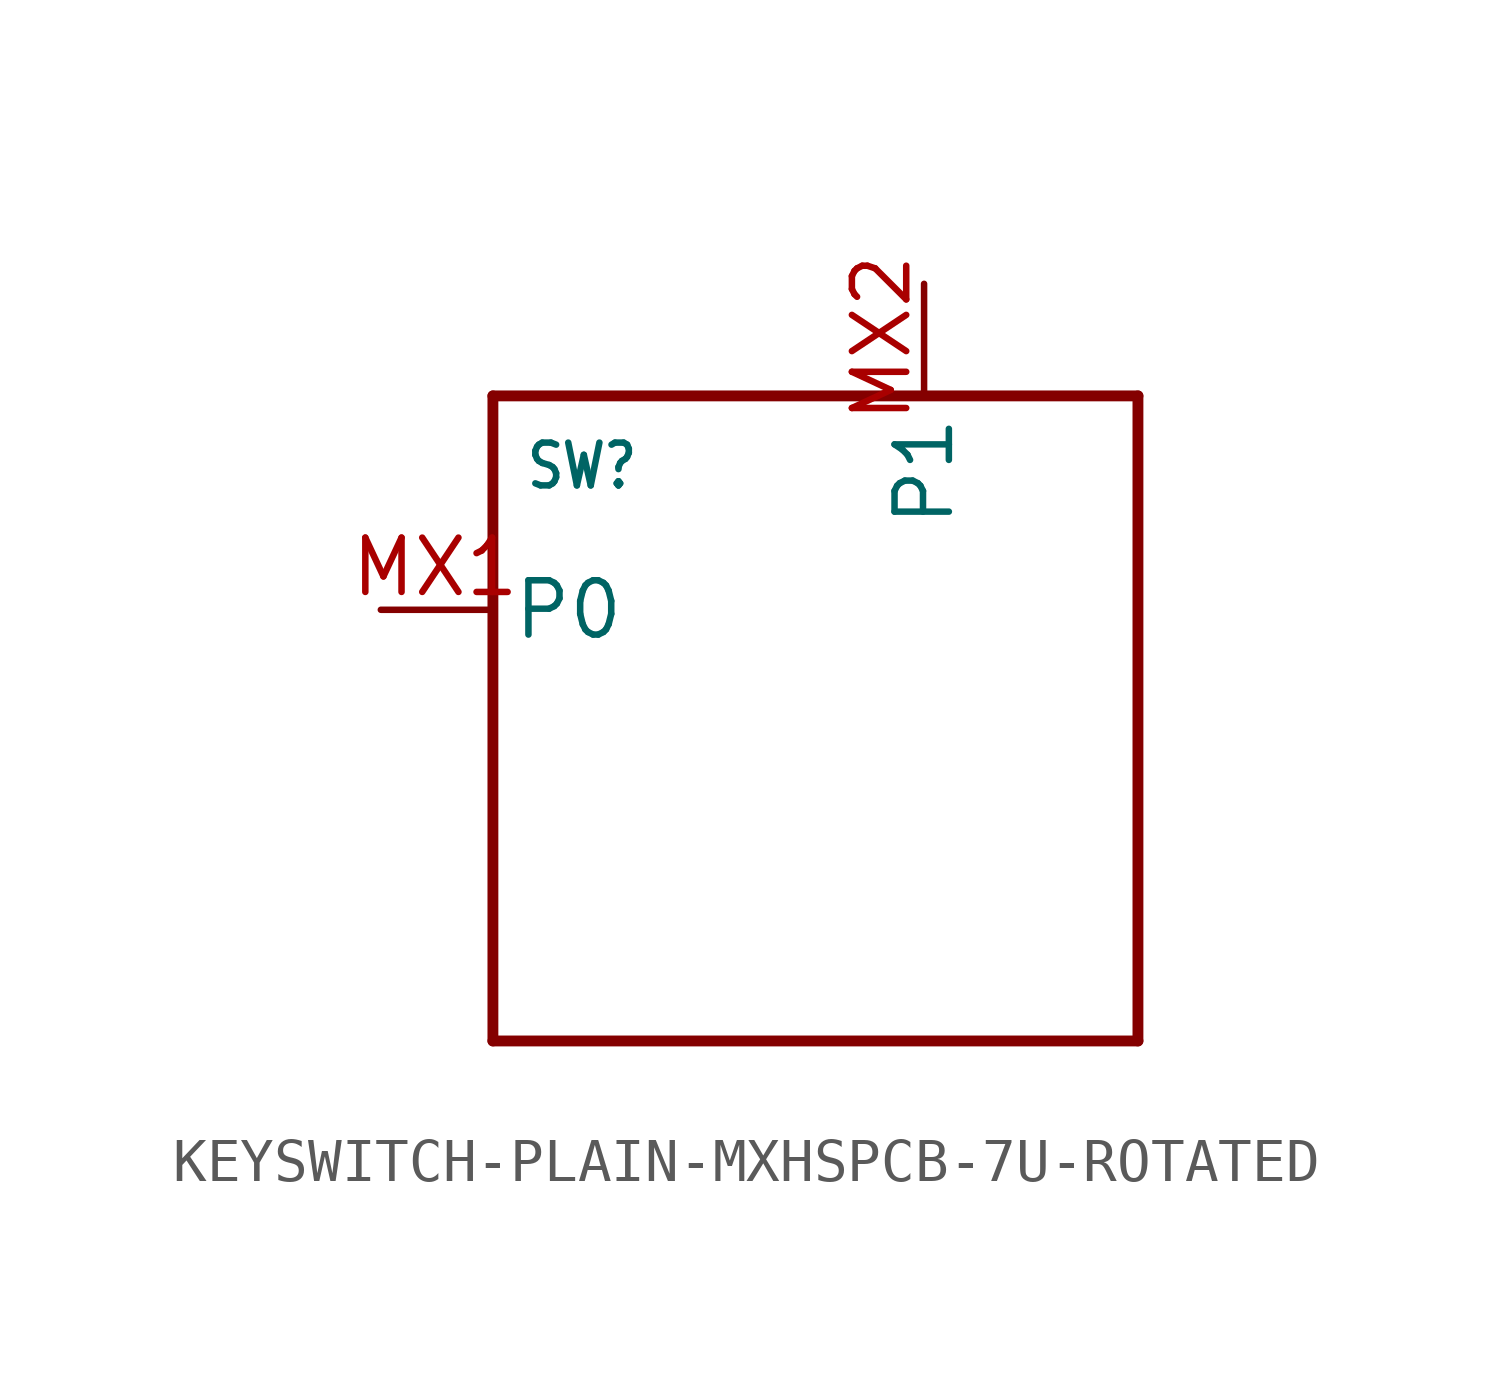
<source format=kicad_sym>
(kicad_symbol_lib
  (version 20211014)
  (generator kicad_symbol_editor)
  (symbol "KEYSWITCH-PLAIN-MXHSPCB-7U-ROTATED"
    (property "Reference" "SW"
      (at -6.81 5.318 0)
      (effects (font (size 1 0.85)) (justify left bottom)))
    (property "ki_locked" ""
      (at 0 0 0)
      (effects (font (size 1.27 1.27))))
    (symbol "KEYSWITCH-PLAIN-MXHSPCB-7U-ROTATED_1_0"
      (polyline (pts (xy -7.54 -7.54) (xy -7.54 7.54)) (stroke (width 0.254) (type default) (color 0 0 0 0)) (fill (type none)))
      (polyline (pts (xy -7.54 7.54) (xy 7.54 7.54)) (stroke (width 0.254) (type default) (color 0 0 0 0)) (fill (type none)))
      (polyline (pts (xy 7.54 -7.54) (xy -7.54 -7.54)) (stroke (width 0.254) (type default) (color 0 0 0 0)) (fill (type none)))
      (polyline (pts (xy 7.54 7.54) (xy 7.54 -7.54)) (stroke (width 0.254) (type default) (color 0 0 0 0)) (fill (type none)))
      (pin bidirectional line (at -10.16 2.54 0) (length 2.54) (name "P0" (effects (font (size 1.27 1.27)))) (number "MX1" (effects (font (size 1.27 1.27)))))
      (pin bidirectional line (at 2.54 10.16 270) (length 2.54) (name "P1" (effects (font (size 1.27 1.27)))) (number "MX2" (effects (font (size 1.27 1.27))))))))
</source>
